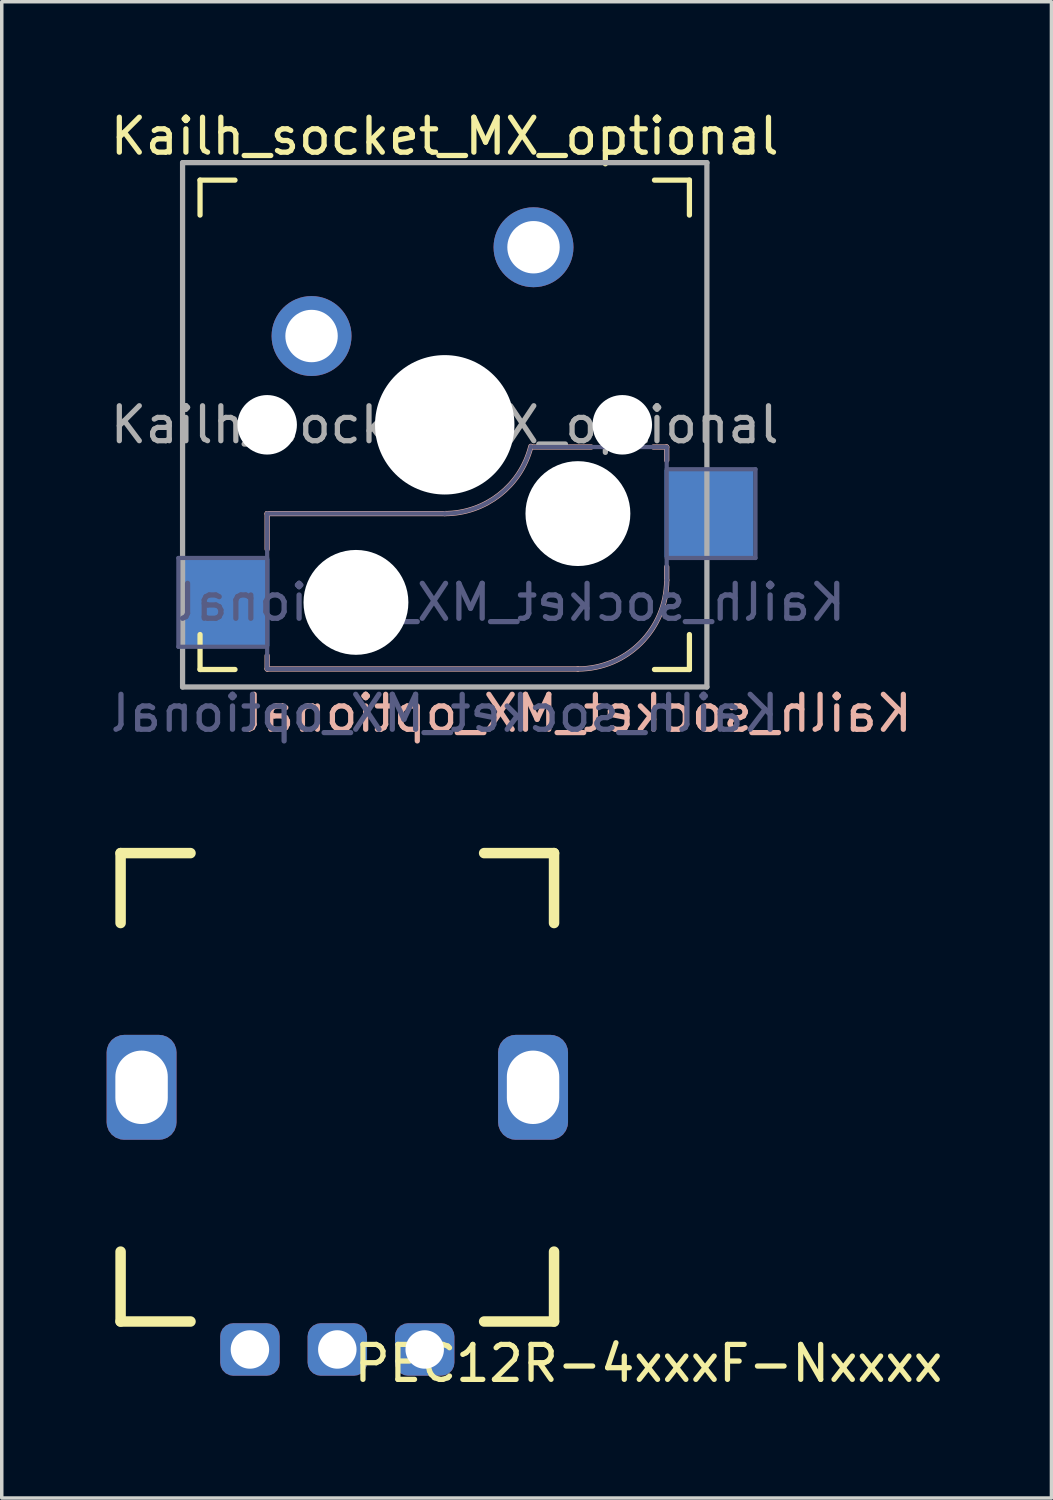
<source format=kicad_pcb>
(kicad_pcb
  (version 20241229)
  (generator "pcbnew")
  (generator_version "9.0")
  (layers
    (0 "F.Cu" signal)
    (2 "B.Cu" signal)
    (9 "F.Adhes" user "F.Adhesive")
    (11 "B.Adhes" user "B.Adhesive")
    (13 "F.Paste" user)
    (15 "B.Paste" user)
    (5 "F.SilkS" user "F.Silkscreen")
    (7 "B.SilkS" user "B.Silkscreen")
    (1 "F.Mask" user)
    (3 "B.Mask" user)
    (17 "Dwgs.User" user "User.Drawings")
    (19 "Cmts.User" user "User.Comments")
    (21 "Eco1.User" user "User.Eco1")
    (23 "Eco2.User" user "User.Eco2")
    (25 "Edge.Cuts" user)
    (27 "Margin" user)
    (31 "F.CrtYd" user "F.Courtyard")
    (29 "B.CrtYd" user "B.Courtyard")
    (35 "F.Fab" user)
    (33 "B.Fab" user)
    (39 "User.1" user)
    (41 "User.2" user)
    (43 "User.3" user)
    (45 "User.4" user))
  (footprint "PEC12R-4xxxF-Nxxxx"
    (layer "F.Cu")
    (at 6.6 28.056)
    (property "Reference" "PEC12R-4xxxF-Nxxxx" (at 8.9 7.9 0) (layer "F.SilkS") (effects (font (size 1 1) (thickness 0.15))))
    (attr through_hole)
    (fp_line (start -6.2 -6.7) (end -6.2 -4.7) (stroke (width 0.3) (type solid)) (layer "F.SilkS"))
    (fp_line (start -6.2 -6.7) (end -4.2 -6.7) (stroke (width 0.3) (type solid)) (layer "F.SilkS"))
    (fp_line (start -6.2 6.7) (end -6.2 4.7) (stroke (width 0.3) (type solid)) (layer "F.SilkS"))
    (fp_line (start -6.2 6.7) (end -4.2 6.7) (stroke (width 0.3) (type solid)) (layer "F.SilkS"))
    (fp_line (start 6.2 -6.7) (end 4.2 -6.7) (stroke (width 0.3) (type solid)) (layer "F.SilkS"))
    (fp_line (start 6.2 -6.7) (end 6.2 -4.7) (stroke (width 0.3) (type solid)) (layer "F.SilkS"))
    (fp_line (start 6.2 6.7) (end 4.2 6.7) (stroke (width 0.3) (type solid)) (layer "F.SilkS"))
    (fp_line (start 6.2 6.7) (end 6.2 4.7) (stroke (width 0.3) (type solid)) (layer "F.SilkS"))
    (pad "" thru_hole roundrect (at -5.6 0) (size 2 3) (drill oval 1.5 2.1) (layers "*.Cu" "*.Mask") (roundrect_rratio 0.25))
    (pad "" thru_hole roundrect (at 5.6 0) (size 2 3) (drill oval 1.5 2.1) (layers "*.Cu" "*.Mask") (roundrect_rratio 0.25))
    (pad "A" thru_hole roundrect (at -2.5 7.5) (size 1.7 1.5) (drill 1.1) (layers "*.Cu" "*.Mask") (roundrect_rratio 0.25))
    (pad "B" thru_hole roundrect (at 2.5 7.5) (size 1.7 1.5) (drill 1.1) (layers "*.Cu" "*.Mask") (roundrect_rratio 0.25))
    (pad "C" thru_hole roundrect (at 0 7.5) (size 1.7 1.5) (drill 1.1) (layers "*.Cu" "*.Mask") (roundrect_rratio 0.25)))
  (footprint "Kailh_socket_MX_optional"
    (layer "F.Cu")
    (at 9.673 9.103)
    (property "Reference" "Kailh_socket_MX_optional" (at 0 -8.255 0) (layer "F.SilkS") (effects (font (size 1 1) (thickness 0.15))))
    (property "Value" "Kailh_socket_MX_optional" (at 0 8.255 0) (layer "F.Fab") (hide yes) (effects (font (size 1 1) (thickness 0.15))))
    (attr through_hole)
    (fp_line (start -7 -6) (end -7 -7) (stroke (width 0.15) (type solid)) (layer "F.SilkS"))
    (fp_line (start -7 7) (end -7 6) (stroke (width 0.15) (type solid)) (layer "F.SilkS"))
    (fp_line (start -7 7) (end -6 7) (stroke (width 0.15) (type solid)) (layer "F.SilkS"))
    (fp_line (start -6 -7) (end -7 -7) (stroke (width 0.15) (type solid)) (layer "F.SilkS"))
    (fp_line (start 6 7) (end 7 7) (stroke (width 0.15) (type solid)) (layer "F.SilkS"))
    (fp_line (start 7 -7) (end 6 -7) (stroke (width 0.15) (type solid)) (layer "F.SilkS"))
    (fp_line (start 7 -7) (end 7 -6) (stroke (width 0.15) (type solid)) (layer "F.SilkS"))
    (fp_line (start 7 6) (end 7 7) (stroke (width 0.15) (type solid)) (layer "F.SilkS"))
    (fp_line (start -5.08 2.54) (end -5.08 3.556) (stroke (width 0.15) (type solid)) (layer "B.SilkS"))
    (fp_line (start -5.08 6.604) (end -5.08 6.985) (stroke (width 0.15) (type solid)) (layer "B.SilkS"))
    (fp_line (start -5.08 6.985) (end 3.81 6.985) (stroke (width 0.15) (type solid)) (layer "B.SilkS"))
    (fp_line (start 0 2.54) (end -5.08 2.54) (stroke (width 0.15) (type solid)) (layer "B.SilkS"))
    (fp_line (start 4.191 0.635) (end 2.54 0.635) (stroke (width 0.15) (type solid)) (layer "B.SilkS"))
    (fp_line (start 6.35 0.635) (end 5.969 0.635) (stroke (width 0.15) (type solid)) (layer "B.SilkS"))
    (fp_line (start 6.35 1.016) (end 6.35 0.635) (stroke (width 0.15) (type solid)) (layer "B.SilkS"))
    (fp_line (start 6.35 4.445) (end 6.35 4.064) (stroke (width 0.15) (type solid)) (layer "B.SilkS"))
    (fp_arc (start 2.464162 0.61604) (mid 1.563147 2.002042) (end 0 2.54) (stroke (width 0.15) (type solid)) (layer "B.SilkS"))
    (fp_arc (start 6.35 4.445) (mid 5.606051 6.241051) (end 3.81 6.985) (stroke (width 0.15) (type solid)) (layer "B.SilkS"))
    (fp_line (start -6.9 6.9) (end -6.9 -6.9) (stroke (width 0.15) (type solid)) (layer "Eco2.User"))
    (fp_line (start -6.9 6.9) (end 6.9 6.9) (stroke (width 0.15) (type solid)) (layer "Eco2.User"))
    (fp_line (start 6.9 -6.9) (end -6.9 -6.9) (stroke (width 0.15) (type solid)) (layer "Eco2.User"))
    (fp_line (start 6.9 -6.9) (end 6.9 6.9) (stroke (width 0.15) (type solid)) (layer "Eco2.User"))
    (fp_line (start -7.62 3.81) (end -7.62 6.35) (stroke (width 0.12) (type solid)) (layer "B.Fab"))
    (fp_line (start -7.62 6.35) (end -5.08 6.35) (stroke (width 0.12) (type solid)) (layer "B.Fab"))
    (fp_line (start -5.08 2.54) (end -5.08 6.985) (stroke (width 0.12) (type solid)) (layer "B.Fab"))
    (fp_line (start -5.08 3.81) (end -7.62 3.81) (stroke (width 0.12) (type solid)) (layer "B.Fab"))
    (fp_line (start -5.08 6.985) (end 3.81 6.985) (stroke (width 0.12) (type solid)) (layer "B.Fab"))
    (fp_line (start 0 2.54) (end -5.08 2.54) (stroke (width 0.12) (type solid)) (layer "B.Fab"))
    (fp_line (start 6.35 0.635) (end 2.54 0.635) (stroke (width 0.12) (type solid)) (layer "B.Fab"))
    (fp_line (start 6.35 3.81) (end 8.89 3.81) (stroke (width 0.12) (type solid)) (layer "B.Fab"))
    (fp_line (start 6.35 4.445) (end 6.35 0.635) (stroke (width 0.12) (type solid)) (layer "B.Fab"))
    (fp_line (start 8.89 1.27) (end 6.35 1.27) (stroke (width 0.12) (type solid)) (layer "B.Fab"))
    (fp_line (start 8.89 3.81) (end 8.89 1.27) (stroke (width 0.12) (type solid)) (layer "B.Fab"))
    (fp_arc (start 2.464162 0.61604) (mid 1.563147 2.002042) (end 0 2.54) (stroke (width 0.12) (type solid)) (layer "B.Fab"))
    (fp_arc (start 6.35 4.445) (mid 5.606051 6.241051) (end 3.81 6.985) (stroke (width 0.12) (type solid)) (layer "B.Fab"))
    (fp_line (start -7.5 -7.5) (end 7.5 -7.5) (stroke (width 0.15) (type solid)) (layer "F.Fab"))
    (fp_line (start -7.5 7.5) (end -7.5 -7.5) (stroke (width 0.15) (type solid)) (layer "F.Fab"))
    (fp_line (start 7.5 -7.5) (end 7.5 7.5) (stroke (width 0.15) (type solid)) (layer "F.Fab"))
    (fp_line (start 7.5 7.5) (end -7.5 7.5) (stroke (width 0.15) (type solid)) (layer "F.Fab"))
    (fp_text user "${REFERENCE}" (at 3.81 8.255 0) (layer "B.SilkS") (effects (font (size 1 1) (thickness 0.15)) (justify mirror)))
    (fp_text user "${REFERENCE}" (at 1.905 5.08 0) (layer "B.Fab") (effects (font (size 1 1) (thickness 0.15)) (justify mirror)))
    (fp_text user "${VALUE}" (at 0 8.255 0) (layer "B.Fab") (effects (font (size 1 1) (thickness 0.15)) (justify mirror)))
    (fp_text user "${REFERENCE}" (at 0 0 0) (layer "F.Fab") (effects (font (size 1 1) (thickness 0.15))))
    (pad "" np_thru_hole circle (at -5.08 0) (size 1.702 1.702) (drill 1.702) (layers "*.Cu" "*.Mask"))
    (pad "" np_thru_hole circle (at -2.54 5.08) (size 3 3) (drill 3) (layers "*.Cu" "*.Mask"))
    (pad "" np_thru_hole circle (at 0 0) (size 3.988 3.988) (drill 3.988) (layers "*.Cu" "*.Mask"))
    (pad "" np_thru_hole circle (at 3.81 2.54) (size 3 3) (drill 3) (layers "*.Cu" "*.Mask"))
    (pad "" np_thru_hole circle (at 5.08 0) (size 1.702 1.702) (drill 1.702) (layers "*.Cu" "*.Mask"))
    (pad "1" smd rect (at -6.29 5.08) (size 2.55 2.5) (layers "B.Cu" "B.Mask" "B.Paste"))
    (pad "1" thru_hole circle (at 2.54 -5.08) (size 2.286 2.286) (drill 1.499) (layers "*.Cu" "*.Mask"))
    (pad "2" thru_hole circle (at -3.81 -2.54) (size 2.286 2.286) (drill 1.499) (layers "*.Cu" "*.Mask"))
    (pad "2" smd rect (at 7.56 2.54) (size 2.55 2.5) (layers "B.Cu" "B.Mask" "B.Paste")))
  (gr_rect
    (start -3 -3)
    (end 27.03 39.805)
    (stroke (width 0.1) (type default))
    (fill no)
    (layer "Edge.Cuts")))
</source>
